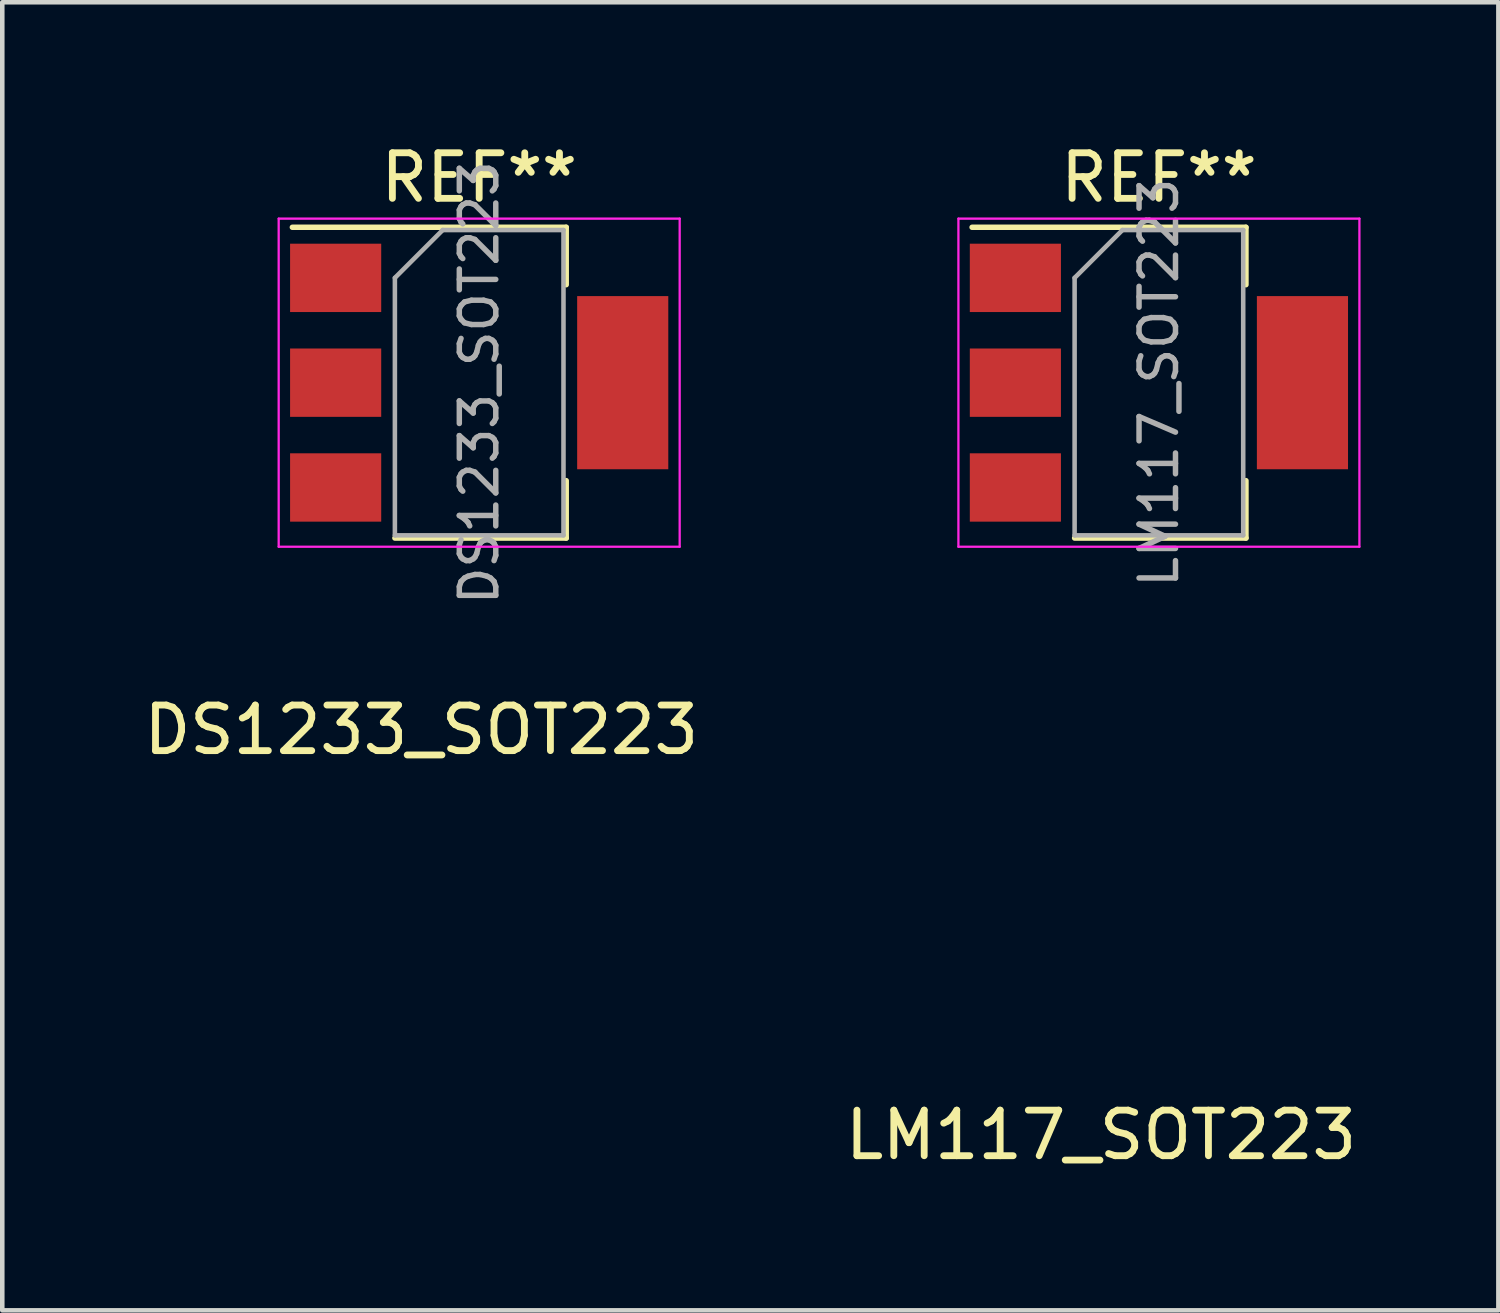
<source format=kicad_pcb>
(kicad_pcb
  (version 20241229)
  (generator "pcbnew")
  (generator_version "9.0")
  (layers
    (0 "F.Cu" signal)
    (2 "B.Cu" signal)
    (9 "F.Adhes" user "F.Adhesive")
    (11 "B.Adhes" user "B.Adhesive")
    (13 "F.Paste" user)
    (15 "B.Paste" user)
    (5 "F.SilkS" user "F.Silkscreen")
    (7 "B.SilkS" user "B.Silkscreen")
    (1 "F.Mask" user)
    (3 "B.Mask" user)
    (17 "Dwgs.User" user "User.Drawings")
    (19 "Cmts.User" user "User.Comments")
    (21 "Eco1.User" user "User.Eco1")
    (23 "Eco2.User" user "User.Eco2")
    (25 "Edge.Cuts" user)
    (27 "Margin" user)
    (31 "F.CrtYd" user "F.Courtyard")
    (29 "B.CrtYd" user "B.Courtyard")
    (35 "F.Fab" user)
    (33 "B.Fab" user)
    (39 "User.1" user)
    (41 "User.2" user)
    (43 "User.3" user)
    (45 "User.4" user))
  (footprint "LM117_SOT223"
    (layer "F.Cu")
    (at 22.383 5.348)
    (property "Reference" "LM117_SOT223" (at -1.27 16.51 0) (layer "F.SilkS") (effects (font (size 1 1) (thickness 0.15))))
    (attr through_hole)
    (fp_line (start -4.1 -3.41) (end 1.91 -3.41) (stroke (width 0.12) (type solid)) (layer "F.SilkS"))
    (fp_line (start -1.85 3.41) (end 1.91 3.41) (stroke (width 0.12) (type solid)) (layer "F.SilkS"))
    (fp_line (start 1.91 -3.41) (end 1.91 -2.15) (stroke (width 0.12) (type solid)) (layer "F.SilkS"))
    (fp_line (start 1.91 3.41) (end 1.91 2.15) (stroke (width 0.12) (type solid)) (layer "F.SilkS"))
    (fp_line (start -4.4 -3.6) (end -4.4 3.6) (stroke (width 0.05) (type solid)) (layer "F.CrtYd"))
    (fp_line (start -4.4 3.6) (end 4.4 3.6) (stroke (width 0.05) (type solid)) (layer "F.CrtYd"))
    (fp_line (start 4.4 -3.6) (end -4.4 -3.6) (stroke (width 0.05) (type solid)) (layer "F.CrtYd"))
    (fp_line (start 4.4 3.6) (end 4.4 -3.6) (stroke (width 0.05) (type solid)) (layer "F.CrtYd"))
    (fp_line (start -1.85 -2.3) (end -1.85 3.35) (stroke (width 0.1) (type solid)) (layer "F.Fab"))
    (fp_line (start -1.85 -2.3) (end -0.8 -3.35) (stroke (width 0.1) (type solid)) (layer "F.Fab"))
    (fp_line (start -1.85 3.35) (end 1.85 3.35) (stroke (width 0.1) (type solid)) (layer "F.Fab"))
    (fp_line (start -0.8 -3.35) (end 1.85 -3.35) (stroke (width 0.1) (type solid)) (layer "F.Fab"))
    (fp_line (start 1.85 -3.35) (end 1.85 3.35) (stroke (width 0.1) (type solid)) (layer "F.Fab"))
    (fp_text user "REF**" (at 0 -4.5 0) (layer "F.SilkS") (effects (font (size 1 1) (thickness 0.15))))
    (fp_text user "${REFERENCE}" (at 0 0 90) (layer "F.Fab") (effects (font (size 0.8 0.8) (thickness 0.12))))
    (pad "1" smd rect (at 3.15 0) (size 2 3.8) (layers "F.Cu" "F.Mask" "F.Paste"))
    (pad "2" smd rect (at -3.15 -2.3) (size 2 1.5) (layers "F.Cu" "F.Mask" "F.Paste"))
    (pad "3" smd rect (at -3.15 2.3) (size 2 1.5) (layers "F.Cu" "F.Mask" "F.Paste"))
    (pad "4" smd rect (at -3.15 0) (size 2 1.5) (layers "F.Cu" "F.Mask" "F.Paste")))
  (footprint "DS1233_SOT223"
    (layer "F.Cu")
    (at 7.466 5.348)
    (property "Reference" "DS1233_SOT223" (at -1.27 7.62 0) (layer "F.SilkS") (effects (font (size 1 1) (thickness 0.15))))
    (attr through_hole)
    (fp_line (start -4.1 -3.41) (end 1.91 -3.41) (stroke (width 0.12) (type solid)) (layer "F.SilkS"))
    (fp_line (start -1.85 3.41) (end 1.91 3.41) (stroke (width 0.12) (type solid)) (layer "F.SilkS"))
    (fp_line (start 1.91 -3.41) (end 1.91 -2.15) (stroke (width 0.12) (type solid)) (layer "F.SilkS"))
    (fp_line (start 1.91 3.41) (end 1.91 2.15) (stroke (width 0.12) (type solid)) (layer "F.SilkS"))
    (fp_line (start -4.4 -3.6) (end -4.4 3.6) (stroke (width 0.05) (type solid)) (layer "F.CrtYd"))
    (fp_line (start -4.4 3.6) (end 4.4 3.6) (stroke (width 0.05) (type solid)) (layer "F.CrtYd"))
    (fp_line (start 4.4 -3.6) (end -4.4 -3.6) (stroke (width 0.05) (type solid)) (layer "F.CrtYd"))
    (fp_line (start 4.4 3.6) (end 4.4 -3.6) (stroke (width 0.05) (type solid)) (layer "F.CrtYd"))
    (fp_line (start -1.85 -2.3) (end -1.85 3.35) (stroke (width 0.1) (type solid)) (layer "F.Fab"))
    (fp_line (start -1.85 -2.3) (end -0.8 -3.35) (stroke (width 0.1) (type solid)) (layer "F.Fab"))
    (fp_line (start -1.85 3.35) (end 1.85 3.35) (stroke (width 0.1) (type solid)) (layer "F.Fab"))
    (fp_line (start -0.8 -3.35) (end 1.85 -3.35) (stroke (width 0.1) (type solid)) (layer "F.Fab"))
    (fp_line (start 1.85 -3.35) (end 1.85 3.35) (stroke (width 0.1) (type solid)) (layer "F.Fab"))
    (fp_text user "REF**" (at 0 -4.5 0) (layer "F.SilkS") (effects (font (size 1 1) (thickness 0.15))))
    (fp_text user "${REFERENCE}" (at 0 0 90) (layer "F.Fab") (effects (font (size 0.8 0.8) (thickness 0.12))))
    (pad "1" smd rect (at 3.15 0) (size 2 3.8) (layers "F.Cu" "F.Mask" "F.Paste"))
    (pad "2" smd rect (at -3.15 -2.3) (size 2 1.5) (layers "F.Cu" "F.Mask" "F.Paste"))
    (pad "3" smd rect (at -3.15 2.3) (size 2 1.5) (layers "F.Cu" "F.Mask" "F.Paste"))
    (pad "4" smd rect (at -3.15 0) (size 2 1.5) (layers "F.Cu" "F.Mask" "F.Paste")))
  (gr_rect
    (start -3 -3)
    (end 29.833 25.706)
    (stroke (width 0.1) (type default))
    (fill no)
    (layer "Edge.Cuts")))
</source>
